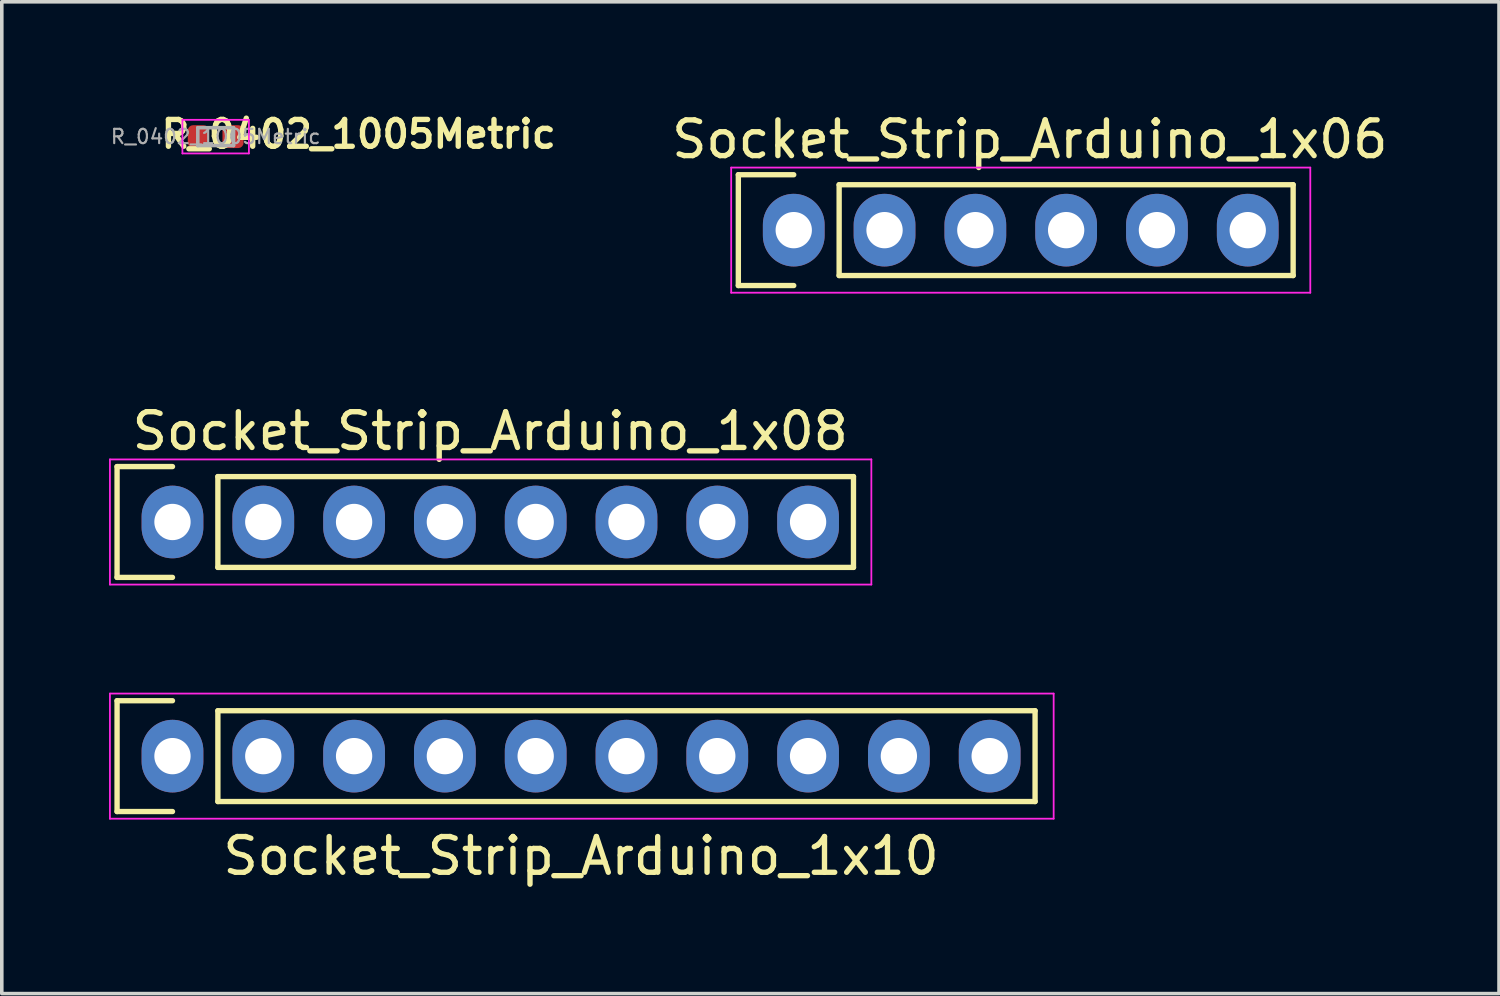
<source format=kicad_pcb>
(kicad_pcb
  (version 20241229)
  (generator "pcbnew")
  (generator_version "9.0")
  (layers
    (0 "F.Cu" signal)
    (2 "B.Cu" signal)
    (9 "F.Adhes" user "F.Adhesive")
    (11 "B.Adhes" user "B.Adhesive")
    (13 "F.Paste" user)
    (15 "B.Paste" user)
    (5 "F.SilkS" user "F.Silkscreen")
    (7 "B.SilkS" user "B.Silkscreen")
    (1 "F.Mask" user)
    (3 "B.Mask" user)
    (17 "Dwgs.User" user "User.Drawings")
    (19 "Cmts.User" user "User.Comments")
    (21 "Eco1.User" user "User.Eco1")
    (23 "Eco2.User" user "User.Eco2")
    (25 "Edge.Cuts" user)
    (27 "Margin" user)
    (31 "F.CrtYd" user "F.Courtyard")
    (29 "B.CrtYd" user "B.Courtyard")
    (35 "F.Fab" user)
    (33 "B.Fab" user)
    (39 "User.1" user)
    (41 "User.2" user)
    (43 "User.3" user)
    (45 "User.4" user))
  (footprint "Socket_Strip_Arduino_1x10"
    (layer "F.Cu")
    (at 1.775 18.102)
    (property "Reference" "Socket_Strip_Arduino_1x10" (at 11.43 2.794 0) (layer "F.SilkS") (effects (font (size 1 1) (thickness 0.15))))
    (attr through_hole)
    (fp_line (start -1.55 -1.55) (end -1.55 1.55) (stroke (width 0.15) (type solid)) (layer "F.SilkS"))
    (fp_line (start -1.55 1.55) (end 0 1.55) (stroke (width 0.15) (type solid)) (layer "F.SilkS"))
    (fp_line (start 0 -1.55) (end -1.55 -1.55) (stroke (width 0.15) (type solid)) (layer "F.SilkS"))
    (fp_line (start 1.27 1.27) (end 1.27 -1.27) (stroke (width 0.15) (type solid)) (layer "F.SilkS"))
    (fp_line (start 1.27 1.27) (end 24.13 1.27) (stroke (width 0.15) (type solid)) (layer "F.SilkS"))
    (fp_line (start 24.13 -1.27) (end 1.27 -1.27) (stroke (width 0.15) (type solid)) (layer "F.SilkS"))
    (fp_line (start 24.13 1.27) (end 24.13 -1.27) (stroke (width 0.15) (type solid)) (layer "F.SilkS"))
    (fp_line (start -1.75 -1.75) (end -1.75 1.75) (stroke (width 0.05) (type solid)) (layer "F.CrtYd"))
    (fp_line (start -1.75 -1.75) (end 24.65 -1.75) (stroke (width 0.05) (type solid)) (layer "F.CrtYd"))
    (fp_line (start -1.75 1.75) (end 24.65 1.75) (stroke (width 0.05) (type solid)) (layer "F.CrtYd"))
    (fp_line (start 24.65 -1.75) (end 24.65 1.75) (stroke (width 0.05) (type solid)) (layer "F.CrtYd"))
    (pad "1" thru_hole oval (at 0 0) (size 1.727 2.032) (drill 1.016) (layers "*.Cu" "*.Paste" "*.Mask"))
    (pad "2" thru_hole oval (at 2.54 0) (size 1.727 2.032) (drill 1.016) (layers "*.Cu" "*.Paste" "*.Mask"))
    (pad "3" thru_hole oval (at 5.08 0) (size 1.727 2.032) (drill 1.016) (layers "*.Cu" "*.Paste" "*.Mask"))
    (pad "4" thru_hole oval (at 7.62 0) (size 1.727 2.032) (drill 1.016) (layers "*.Cu" "*.Paste" "*.Mask"))
    (pad "5" thru_hole oval (at 10.16 0) (size 1.727 2.032) (drill 1.016) (layers "*.Cu" "*.Paste" "*.Mask"))
    (pad "6" thru_hole oval (at 12.7 0) (size 1.727 2.032) (drill 1.016) (layers "*.Cu" "*.Paste" "*.Mask"))
    (pad "7" thru_hole oval (at 15.24 0) (size 1.727 2.032) (drill 1.016) (layers "*.Cu" "*.Paste" "*.Mask"))
    (pad "8" thru_hole oval (at 17.78 0) (size 1.727 2.032) (drill 1.016) (layers "*.Cu" "*.Paste" "*.Mask"))
    (pad "9" thru_hole oval (at 20.32 0) (size 1.727 2.032) (drill 1.016) (layers "*.Cu" "*.Paste" "*.Mask"))
    (pad "10" thru_hole oval (at 22.86 0) (size 1.727 2.032) (drill 1.016) (layers "*.Cu" "*.Paste" "*.Mask")))
  (footprint "R_0402_1005Metric"
    (layer "F.Cu")
    (at 2.983 0.772)
    (property "Reference" "R_0402_1005Metric" (at 4 -0.07 0) (layer "F.SilkS") (effects (font (size 0.75 0.75) (thickness 0.15))))
    (attr smd)
    (fp_line (start -0.93 -0.47) (end 0.93 -0.47) (stroke (width 0.05) (type solid)) (layer "F.CrtYd"))
    (fp_line (start -0.93 0.47) (end -0.93 -0.47) (stroke (width 0.05) (type solid)) (layer "F.CrtYd"))
    (fp_line (start 0.93 -0.47) (end 0.93 0.47) (stroke (width 0.05) (type solid)) (layer "F.CrtYd"))
    (fp_line (start 0.93 0.47) (end -0.93 0.47) (stroke (width 0.05) (type solid)) (layer "F.CrtYd"))
    (fp_line (start -0.5 -0.25) (end 0.5 -0.25) (stroke (width 0.1) (type solid)) (layer "F.Fab"))
    (fp_line (start -0.5 0.25) (end -0.5 -0.25) (stroke (width 0.1) (type solid)) (layer "F.Fab"))
    (fp_line (start 0.5 -0.25) (end 0.5 0.25) (stroke (width 0.1) (type solid)) (layer "F.Fab"))
    (fp_line (start 0.5 0.25) (end -0.5 0.25) (stroke (width 0.1) (type solid)) (layer "F.Fab"))
    (fp_text user "${REFERENCE}" (at 0 0 0) (layer "F.Fab") (effects (font (size 0.4 0.4) (thickness 0.06))))
    (pad "1" smd roundrect (at -0.485 0) (size 0.59 0.64) (layers "F.Cu" "F.Mask" "F.Paste") (roundrect_rratio 0.25))
    (pad "2" smd roundrect (at 0.485 0) (size 0.59 0.64) (layers "F.Cu" "F.Mask" "F.Paste") (roundrect_rratio 0.25)))
  (footprint "Socket_Strip_Arduino_1x08"
    (layer "F.Cu")
    (at 1.775 11.552)
    (property "Reference" "Socket_Strip_Arduino_1x08" (at 8.89 -2.54 0) (layer "F.SilkS") (effects (font (size 1 1) (thickness 0.15))))
    (attr through_hole)
    (fp_line (start -1.55 -1.55) (end -1.55 1.55) (stroke (width 0.15) (type solid)) (layer "F.SilkS"))
    (fp_line (start -1.55 1.55) (end 0 1.55) (stroke (width 0.15) (type solid)) (layer "F.SilkS"))
    (fp_line (start 0 -1.55) (end -1.55 -1.55) (stroke (width 0.15) (type solid)) (layer "F.SilkS"))
    (fp_line (start 1.27 1.27) (end 1.27 -1.27) (stroke (width 0.15) (type solid)) (layer "F.SilkS"))
    (fp_line (start 1.27 1.27) (end 19.05 1.27) (stroke (width 0.15) (type solid)) (layer "F.SilkS"))
    (fp_line (start 19.05 -1.27) (end 1.27 -1.27) (stroke (width 0.15) (type solid)) (layer "F.SilkS"))
    (fp_line (start 19.05 1.27) (end 19.05 -1.27) (stroke (width 0.15) (type solid)) (layer "F.SilkS"))
    (fp_line (start -1.75 -1.75) (end -1.75 1.75) (stroke (width 0.05) (type solid)) (layer "F.CrtYd"))
    (fp_line (start -1.75 -1.75) (end 19.55 -1.75) (stroke (width 0.05) (type solid)) (layer "F.CrtYd"))
    (fp_line (start -1.75 1.75) (end 19.55 1.75) (stroke (width 0.05) (type solid)) (layer "F.CrtYd"))
    (fp_line (start 19.55 -1.75) (end 19.55 1.75) (stroke (width 0.05) (type solid)) (layer "F.CrtYd"))
    (pad "1" thru_hole oval (at 0 0) (size 1.727 2.032) (drill 1.016) (layers "*.Cu" "*.Paste" "*.Mask"))
    (pad "2" thru_hole oval (at 2.54 0) (size 1.727 2.032) (drill 1.016) (layers "*.Cu" "*.Paste" "*.Mask"))
    (pad "3" thru_hole oval (at 5.08 0) (size 1.727 2.032) (drill 1.016) (layers "*.Cu" "*.Paste" "*.Mask"))
    (pad "4" thru_hole oval (at 7.62 0) (size 1.727 2.032) (drill 1.016) (layers "*.Cu" "*.Paste" "*.Mask"))
    (pad "5" thru_hole oval (at 10.16 0) (size 1.727 2.032) (drill 1.016) (layers "*.Cu" "*.Paste" "*.Mask"))
    (pad "6" thru_hole oval (at 12.7 0) (size 1.727 2.032) (drill 1.016) (layers "*.Cu" "*.Paste" "*.Mask"))
    (pad "7" thru_hole oval (at 15.24 0) (size 1.727 2.032) (drill 1.016) (layers "*.Cu" "*.Paste" "*.Mask"))
    (pad "8" thru_hole oval (at 17.78 0) (size 1.727 2.032) (drill 1.016) (layers "*.Cu" "*.Paste" "*.Mask")))
  (footprint "Socket_Strip_Arduino_1x06"
    (layer "F.Cu")
    (at 19.154 3.388)
    (property "Reference" "Socket_Strip_Arduino_1x06" (at 6.604 -2.54 0) (layer "F.SilkS") (effects (font (size 1 1) (thickness 0.15))))
    (attr through_hole)
    (fp_line (start -1.55 -1.55) (end -1.55 1.55) (stroke (width 0.15) (type solid)) (layer "F.SilkS"))
    (fp_line (start -1.55 1.55) (end 0 1.55) (stroke (width 0.15) (type solid)) (layer "F.SilkS"))
    (fp_line (start 0 -1.55) (end -1.55 -1.55) (stroke (width 0.15) (type solid)) (layer "F.SilkS"))
    (fp_line (start 1.27 1.27) (end 1.27 -1.27) (stroke (width 0.15) (type solid)) (layer "F.SilkS"))
    (fp_line (start 1.27 1.27) (end 13.97 1.27) (stroke (width 0.15) (type solid)) (layer "F.SilkS"))
    (fp_line (start 13.97 -1.27) (end 1.27 -1.27) (stroke (width 0.15) (type solid)) (layer "F.SilkS"))
    (fp_line (start 13.97 1.27) (end 13.97 -1.27) (stroke (width 0.15) (type solid)) (layer "F.SilkS"))
    (fp_line (start -1.75 -1.75) (end -1.75 1.75) (stroke (width 0.05) (type solid)) (layer "F.CrtYd"))
    (fp_line (start -1.75 -1.75) (end 14.45 -1.75) (stroke (width 0.05) (type solid)) (layer "F.CrtYd"))
    (fp_line (start -1.75 1.75) (end 14.45 1.75) (stroke (width 0.05) (type solid)) (layer "F.CrtYd"))
    (fp_line (start 14.45 -1.75) (end 14.45 1.75) (stroke (width 0.05) (type solid)) (layer "F.CrtYd"))
    (pad "1" thru_hole oval (at 0 0) (size 1.727 2.032) (drill 1.016) (layers "*.Cu" "*.Paste" "*.Mask"))
    (pad "2" thru_hole oval (at 2.54 0) (size 1.727 2.032) (drill 1.016) (layers "*.Cu" "*.Paste" "*.Mask"))
    (pad "3" thru_hole oval (at 5.08 0) (size 1.727 2.032) (drill 1.016) (layers "*.Cu" "*.Paste" "*.Mask"))
    (pad "4" thru_hole oval (at 7.62 0) (size 1.727 2.032) (drill 1.016) (layers "*.Cu" "*.Paste" "*.Mask"))
    (pad "5" thru_hole oval (at 10.16 0) (size 1.727 2.032) (drill 1.016) (layers "*.Cu" "*.Paste" "*.Mask"))
    (pad "6" thru_hole oval (at 12.7 0) (size 1.727 2.032) (drill 1.016) (layers "*.Cu" "*.Paste" "*.Mask")))
  (gr_rect
    (start -3 -3)
    (end 38.883 24.744)
    (stroke (width 0.1) (type default))
    (fill no)
    (layer "Edge.Cuts")))
</source>
